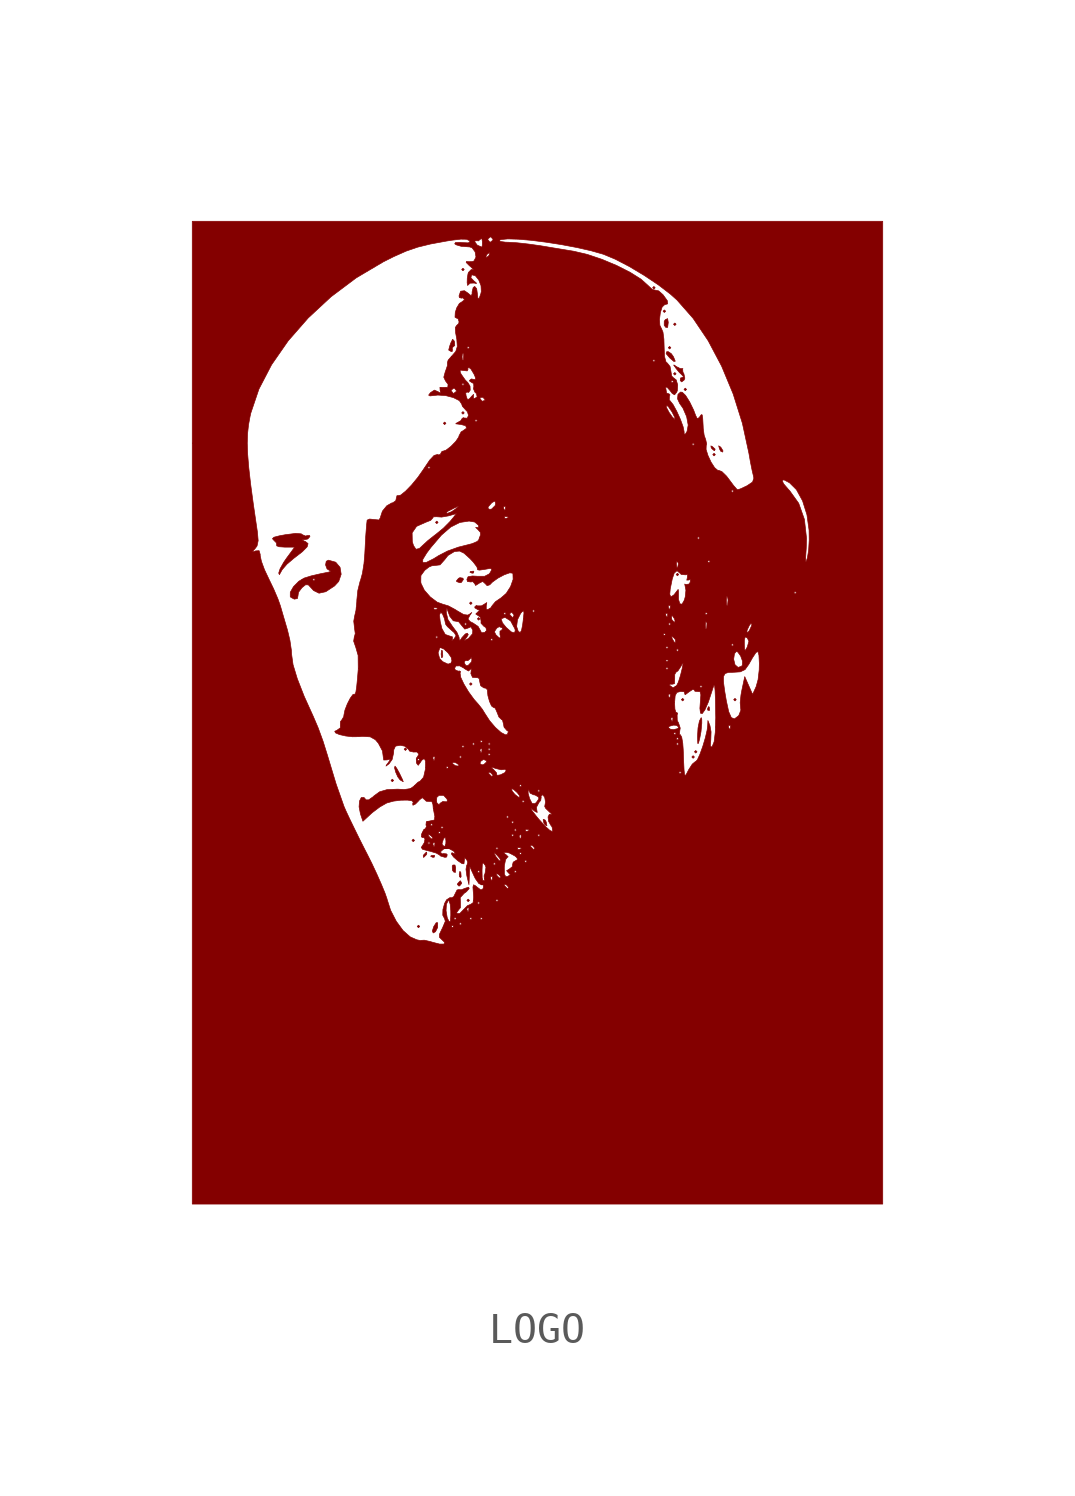
<source format=kicad_sym>
(kicad_symbol_lib
  (version 20210619)
  (generator bitmap2component)
  (symbol "LOGO"
    (pin_names
      (offset 1.016))
    (property "Reference" "#G"
      (at 0 15.282 0)
      (effects (font (size 1.27 1.27)) hide))
    (symbol "LOGO_0_0"
      (polyline (pts (xy 11.213 15.917) (xy -11.213 15.917) (xy -11.213 8.712) (xy -9.426 8.712) (xy -9.416 9.024) (xy -9.385 9.307) (xy -9.334 9.584) (xy -9.311 9.687) (xy -9.047 10.468) (xy -8.636 11.258) (xy -8.097 12.034) (xy -7.447 12.777) (xy -6.704 13.466) (xy -5.887 14.079) (xy -5.012 14.597) (xy -4.667 14.77) (xy -4.266 14.948) (xy -3.89 15.077) (xy -3.474 15.179) (xy -2.953 15.275) (xy -2.796 15.3) (xy -2.489 15.337) (xy -2.304 15.333) (xy -2.213 15.288) (xy -2.193 15.252) (xy -2.193 15.252) (xy -2.039 15.252) (xy -2.034 15.277) (xy -1.961 15.287) (xy -1.924 15.277) (xy -1.84 15.345) (xy -1.81 15.368) (xy -1.802 15.325) (xy -1.614 15.325) (xy -1.612 15.345) (xy -1.529 15.409) (xy -1.509 15.407) (xy -1.444 15.325) (xy -1.447 15.304) (xy -1.459 15.295) (xy -1.248 15.295) (xy -1.184 15.324) (xy -0.962 15.345) (xy -0.624 15.335) (xy -0.2 15.298) (xy 0.28 15.237) (xy 0.784 15.158) (xy 1.282 15.064) (xy 1.743 14.959) (xy 2.136 14.847) (xy 2.148 14.843) (xy 2.524 14.686) (xy 2.979 14.449) (xy 3.463 14.16) (xy 3.928 13.849) (xy 4.324 13.545) (xy 4.533 13.357) (xy 5.055 12.763) (xy 5.542 12.039) (xy 5.98 11.211) (xy 6.355 10.308) (xy 6.655 9.355) (xy 6.866 8.382) (xy 6.914 8.107) (xy 6.97 7.826) (xy 7.012 7.648) (xy 7.027 7.574) (xy 7.003 7.503) (xy 7.942 7.503) (xy 8.006 7.519) (xy 8.185 7.424) (xy 8.41 7.2) (xy 8.609 6.837) (xy 8.751 6.385) (xy 8.82 5.884) (xy 8.825 5.568) (xy 8.806 5.235) (xy 8.767 4.995) (xy 8.73 4.878) (xy 8.709 4.871) (xy 8.709 5.006) (xy 8.728 5.296) (xy 8.738 5.618) (xy 8.669 6.235) (xy 8.483 6.759) (xy 8.188 7.17) (xy 8.158 7.2) (xy 7.993 7.392) (xy 7.942 7.503) (xy 7.003 7.503) (xy 6.984 7.448) (xy 6.809 7.33) (xy 6.785 7.318) (xy 6.603 7.232) (xy 6.502 7.197) (xy 6.473 7.216) (xy 6.367 7.337) (xy 6.222 7.532) (xy 6.139 7.641) (xy 5.987 7.789) (xy 5.878 7.83) (xy 5.854 7.829) (xy 5.753 7.915) (xy 5.638 8.093) (xy 5.537 8.309) (xy 5.475 8.508) (xy 5.48 8.637) (xy 5.495 8.682) (xy 5.463 8.826) (xy 5.413 8.967) (xy 5.383 9.186) (xy 5.38 9.263) (xy 5.366 9.513) (xy 5.349 9.629) (xy 5.32 9.638) (xy 5.27 9.57) (xy 5.254 9.546) (xy 5.191 9.502) (xy 5.136 9.612) (xy 5.071 9.785) (xy 4.942 10.05) (xy 4.81 10.261) (xy 4.704 10.364) (xy 4.644 10.371) (xy 4.562 10.295) (xy 4.548 10.15) (xy 4.617 10) (xy 4.724 9.848) (xy 4.844 9.571) (xy 4.894 9.298) (xy 4.857 9.094) (xy 4.809 9.014) (xy 4.768 8.981) (xy 4.76 9.096) (xy 4.729 9.245) (xy 4.641 9.486) (xy 4.522 9.747) (xy 4.402 9.967) (xy 4.306 10.087) (xy 4.279 10.117) (xy 4.285 10.237) (xy 4.305 10.278) (xy 4.275 10.31) (xy 4.193 10.338) (xy 4.163 10.518) (xy 4.163 10.521) (xy 4.205 10.531) (xy 4.302 10.422) (xy 4.376 10.325) (xy 4.452 10.281) (xy 4.52 10.363) (xy 4.543 10.421) (xy 4.554 10.602) (xy 4.505 10.766) (xy 4.412 10.837) (xy 4.359 10.891) (xy 4.332 11.052) (xy 4.305 11.201) (xy 4.219 11.31) (xy 4.173 11.35) (xy 4.124 11.53) (xy 4.112 11.861) (xy 4.105 12.091) (xy 4.075 12.318) (xy 4.028 12.428) (xy 3.974 12.538) (xy 3.963 12.735) (xy 3.991 12.955) (xy 4.049 13.134) (xy 4.129 13.208) (xy 4.226 13.235) (xy 4.217 13.337) (xy 4.077 13.532) (xy 4.075 13.534) (xy 3.936 13.657) (xy 3.832 13.679) (xy 3.73 13.702) (xy 3.596 13.826) (xy 3.593 13.83) (xy 3.364 14.036) (xy 3.01 14.259) (xy 2.574 14.48) (xy 2.095 14.681) (xy 1.615 14.842) (xy 1.174 14.945) (xy 1.132 14.952) (xy 0.882 14.993) (xy 0.541 15.049) (xy 0.17 15.111) (xy 0.09 15.124) (xy -0.301 15.179) (xy -0.663 15.219) (xy -0.927 15.235) (xy -1.04 15.239) (xy -1.207 15.261) (xy -1.248 15.295) (xy -1.459 15.295) (xy -1.529 15.24) (xy -1.549 15.242) (xy -1.614 15.325) (xy -1.802 15.325) (xy -1.791 15.261) (xy -1.791 15.144) (xy -1.805 15.077) (xy -1.956 15.142) (xy -2.039 15.252) (xy -2.193 15.252) (xy -2.247 15.216) (xy -2.446 15.225) (xy -2.51 15.231) (xy -2.665 15.226) (xy -2.689 15.187) (xy -2.643 15.153) (xy -2.477 15.104) (xy -2.413 15.1) (xy -2.197 15.083) (xy -2.124 15.055) (xy -2.026 14.923) (xy -1.998 14.755) (xy -2.007 14.738) (xy -1.678 14.738) (xy -1.657 14.817) (xy -1.639 14.842) (xy -1.562 14.901) (xy -1.55 14.896) (xy -1.571 14.817) (xy -1.589 14.792) (xy -1.667 14.732) (xy -1.678 14.738) (xy -2.007 14.738) (xy -2.063 14.63) (xy -2.119 14.606) (xy -2.294 14.607) (xy -2.31 14.611) (xy -2.316 14.578) (xy -2.209 14.472) (xy -2.18 14.448) (xy -2.082 14.355) (xy -2.094 14.343) (xy -2.152 14.349) (xy -2.242 14.259) (xy -2.257 14.213) (xy -2.281 14.065) (xy -2.285 13.92) (xy -2.271 13.833) (xy -2.239 13.859) (xy -2.195 13.906) (xy -2.054 13.912) (xy -2.014 13.899) (xy -1.975 13.903) (xy -2.073 13.988) (xy -2.164 14.084) (xy -2.14 14.171) (xy -2.13 14.177) (xy -2.019 14.149) (xy -1.91 14.015) (xy -1.835 13.826) (xy -1.825 13.637) (xy -1.84 13.567) (xy -1.893 13.417) (xy -1.936 13.418) (xy -1.954 13.575) (xy -1.976 13.728) (xy -2.039 13.801) (xy -2.089 13.766) (xy -2.124 13.625) (xy -2.125 13.555) (xy -2.156 13.499) (xy -2.258 13.584) (xy -2.371 13.662) (xy -2.497 13.646) (xy -2.549 13.494) (xy -2.537 13.438) (xy -2.463 13.42) (xy -2.431 13.433) (xy -2.379 13.382) (xy -2.382 13.358) (xy -2.466 13.293) (xy -2.537 13.249) (xy -2.625 13.102) (xy -2.671 12.954) (xy -2.679 12.8) (xy -2.612 12.764) (xy -2.582 12.758) (xy -2.549 12.658) (xy -2.557 12.599) (xy -2.628 12.531) (xy -2.67 12.465) (xy -2.66 12.298) (xy -2.62 12.081) (xy -2.605 11.849) (xy -2.617 11.811) (xy -2.294 11.811) (xy -2.251 11.853) (xy -2.209 11.811) (xy -2.251 11.769) (xy -2.294 11.811) (xy -2.617 11.811) (xy -2.654 11.691) (xy -2.774 11.552) (xy -2.784 11.543) (xy -2.809 11.515) (xy -2.45 11.515) (xy -2.438 11.631) (xy -2.407 11.62) (xy -2.396 11.582) (xy -2.407 11.409) (xy -2.437 11.395) (xy -2.45 11.515) (xy -2.809 11.515) (xy -2.902 11.407) (xy -2.908 11.388) (xy 3.738 11.388) (xy 3.78 11.43) (xy 3.823 11.388) (xy 3.78 11.345) (xy 3.738 11.388) (xy -2.908 11.388) (xy -2.926 11.327) (xy -2.925 11.232) (xy -2.975 11.085) (xy -2.513 11.085) (xy -2.388 11.069) (xy -2.284 11.057) (xy -2.256 11.099) (xy -2.268 11.124) (xy -2.235 11.175) (xy -2.16 11.115) (xy -2.064 10.956) (xy -2.023 10.862) (xy -2.009 10.775) (xy -2.086 10.785) (xy -2.147 10.797) (xy -2.209 10.75) (xy -2.204 10.726) (xy -2.181 10.71) (xy 4.332 10.71) (xy 4.375 10.753) (xy 4.417 10.71) (xy 4.375 10.668) (xy 4.332 10.71) (xy -2.181 10.71) (xy -2.115 10.668) (xy -2.074 10.651) (xy -2.068 10.544) (xy -2.081 10.479) (xy -2.035 10.369) (xy -1.983 10.321) (xy -1.961 10.214) (xy -2.036 10.165) (xy -1.869 10.165) (xy -1.862 10.196) (xy -1.784 10.202) (xy -1.758 10.185) (xy -1.699 10.113) (xy -1.701 10.104) (xy -1.784 10.075) (xy -1.807 10.079) (xy -1.869 10.165) (xy -2.036 10.165) (xy -2.044 10.16) (xy -2.079 10.172) (xy -2.08 10.266) (xy -2.076 10.298) (xy -2.15 10.222) (xy -2.21 10.152) (xy -2.274 10.124) (xy -2.318 10.243) (xy -2.331 10.34) (xy -2.295 10.372) (xy -2.236 10.36) (xy -2.185 10.433) (xy -2.191 10.561) (xy -2.261 10.676) (xy -2.345 10.761) (xy -2.478 10.949) (xy -2.508 11.008) (xy -2.513 11.085) (xy -2.975 11.085) (xy -2.985 11.058) (xy -2.994 11.036) (xy -3.044 10.853) (xy -2.988 10.733) (xy -2.908 10.626) (xy -2.463 10.626) (xy -2.421 10.668) (xy -2.379 10.626) (xy -2.421 10.583) (xy -2.463 10.626) (xy -2.908 10.626) (xy -2.904 10.62) (xy -2.914 10.526) (xy -3.052 10.522) (xy -3.169 10.525) (xy -3.163 10.426) (xy -3.16 10.415) (xy -3.159 10.414) (xy -2.803 10.414) (xy -2.801 10.434) (xy -2.718 10.499) (xy -2.698 10.496) (xy -2.633 10.414) (xy -2.636 10.394) (xy -2.718 10.329) (xy -2.739 10.332) (xy -2.803 10.414) (xy -3.159 10.414) (xy -3.147 10.333) (xy -3.233 10.384) (xy -3.348 10.434) (xy -3.476 10.351) (xy -3.536 10.271) (xy -3.491 10.245) (xy -3.306 10.265) (xy -3.239 10.273) (xy -2.982 10.256) (xy -2.73 10.19) (xy -2.539 10.093) (xy -2.463 9.983) (xy -2.452 9.948) (xy 4.177 9.948) (xy 4.183 9.951) (xy 4.255 9.891) (xy 4.363 9.734) (xy 4.382 9.701) (xy 4.459 9.546) (xy 4.467 9.483) (xy 4.458 9.485) (xy 4.375 9.564) (xy 4.272 9.712) (xy 4.192 9.863) (xy 4.177 9.948) (xy -2.452 9.948) (xy -2.439 9.909) (xy -2.323 9.78) (xy -2.276 9.732) (xy -2.241 9.612) (xy -2.283 9.522) (xy -2.384 9.529) (xy -2.412 9.54) (xy -2.463 9.494) (xy -2.486 9.444) (xy -2.493 9.44) (xy -2.039 9.44) (xy -1.996 9.483) (xy -1.954 9.44) (xy -1.996 9.398) (xy -2.039 9.44) (xy -2.493 9.44) (xy -2.612 9.372) (xy -2.624 9.368) (xy -2.656 9.34) (xy -2.527 9.323) (xy -2.505 9.322) (xy -2.335 9.278) (xy -2.302 9.198) (xy -2.421 9.113) (xy -2.48 9.078) (xy -2.549 8.95) (xy -2.559 8.908) (xy -2.656 8.766) (xy -2.741 8.678) (xy 5.012 8.678) (xy 5.054 8.721) (xy 5.097 8.678) (xy 5.054 8.636) (xy 5.012 8.678) (xy -2.741 8.678) (xy -2.81 8.608) (xy -2.969 8.485) (xy -3.079 8.447) (xy -3.098 8.449) (xy -3.143 8.377) (xy -3.147 8.35) (xy -3.211 8.329) (xy -3.247 8.344) (xy -3.358 8.313) (xy -3.501 8.162) (xy -3.666 7.916) (xy -3.568 7.916) (xy -3.525 7.959) (xy -3.483 7.916) (xy -3.525 7.874) (xy -3.568 7.916) (xy -3.666 7.916) (xy -3.695 7.874) (xy -3.701 7.863) (xy -3.886 7.6) (xy -4.091 7.351) (xy -4.282 7.154) (xy 6.286 7.154) (xy 6.329 7.197) (xy 6.371 7.154) (xy 6.329 7.112) (xy 6.286 7.154) (xy -4.282 7.154) (xy -4.288 7.149) (xy -4.446 7.023) (xy -4.535 7.004) (xy -4.563 7.009) (xy -4.587 6.915) (xy -4.603 6.842) (xy -4.702 6.773) (xy -4.732 6.77) (xy -4.895 6.677) (xy -5.036 6.504) (xy -5.056 6.446) (xy -2.972 6.446) (xy -2.917 6.496) (xy -2.718 6.597) (xy -2.595 6.654) (xy -2.567 6.654) (xy -2.635 6.596) (xy -1.614 6.596) (xy -1.593 6.652) (xy -1.487 6.773) (xy -1.477 6.781) (xy -1.382 6.833) (xy -1.359 6.75) (xy -1.374 6.686) (xy -1.456 6.604) (xy -1.104 6.604) (xy -1.098 6.649) (xy -1.048 6.66) (xy -1.038 6.648) (xy -1.048 6.548) (xy -1.073 6.534) (xy -1.104 6.604) (xy -1.456 6.604) (xy -1.487 6.573) (xy -1.551 6.559) (xy -1.614 6.596) (xy -2.635 6.596) (xy -2.671 6.566) (xy -2.794 6.483) (xy -2.919 6.435) (xy -2.972 6.446) (xy -5.056 6.446) (xy -5.097 6.321) (xy -5.098 6.299) (xy -5.149 6.216) (xy -5.309 6.231) (xy -5.454 6.247) (xy -5.533 6.211) (xy -5.55 6.063) (xy -5.571 5.798) (xy -4.072 5.798) (xy -3.927 6.009) (xy -3.631 6.141) (xy -3.47 6.204) (xy -3.398 6.284) (xy -3.382 6.319) (xy -3.275 6.321) (xy -3.113 6.31) (xy -2.891 6.349) (xy -2.629 6.424) (xy -2.713 6.322) (xy -1.076 6.322) (xy -1.064 6.332) (xy -0.963 6.322) (xy -0.949 6.296) (xy -1.019 6.265) (xy -1.064 6.271) (xy -1.076 6.322) (xy -2.713 6.322) (xy -2.822 6.189) (xy -2.843 6.165) (xy -3.058 5.948) (xy -3.3 5.75) (xy -3.345 5.717) (xy -3.563 5.544) (xy -3.722 5.397) (xy -3.837 5.29) (xy -3.947 5.265) (xy -4.026 5.383) (xy -4.066 5.51) (xy -4.072 5.798) (xy -5.571 5.798) (xy -5.58 5.677) (xy -5.609 5.122) (xy -5.633 4.832) (xy -3.728 4.832) (xy -3.726 4.934) (xy -3.598 5.144) (xy -3.465 5.321) (xy -3.123 5.722) (xy -2.817 5.987) (xy -2.523 6.135) (xy -2.222 6.181) (xy -2.041 6.15) (xy -1.921 6.049) (xy -1.906 5.974) (xy -1.976 5.971) (xy -2.009 5.976) (xy -1.934 5.903) (xy -1.855 5.814) (xy -1.849 5.721) (xy -1.86 5.708) (xy -1.888 5.63) (xy 5.182 5.63) (xy 5.224 5.673) (xy 5.267 5.63) (xy 5.224 5.588) (xy 5.182 5.63) (xy -1.888 5.63) (xy -1.911 5.566) (xy -1.958 5.518) (xy -2.132 5.445) (xy -2.391 5.379) (xy -2.57 5.334) (xy -2.925 5.206) (xy -3.217 5.055) (xy -3.372 4.958) (xy -3.607 4.84) (xy -3.728 4.832) (xy -5.633 4.832) (xy -5.635 4.806) (xy -5.686 4.484) (xy -5.748 4.257) (xy -5.765 4.214) (xy -5.769 4.197) (xy -3.79 4.197) (xy -3.787 4.41) (xy -3.664 4.58) (xy -3.526 4.688) (xy -3.422 4.732) (xy -3.407 4.73) (xy -3.166 4.758) (xy -3.015 4.926) (xy -2.908 5.063) (xy -2.709 5.184) (xy -2.681 5.192) (xy -2.532 5.207) (xy -2.386 5.137) (xy -2.189 4.959) (xy -2.087 4.85) (xy -2.042 4.791) (xy 4.509 4.791) (xy 4.523 4.874) (xy 4.529 4.868) (xy 5.522 4.868) (xy 5.564 4.911) (xy 5.607 4.868) (xy 5.564 4.826) (xy 5.522 4.868) (xy 4.529 4.868) (xy 4.56 4.842) (xy 4.574 4.793) (xy 4.554 4.68) (xy 4.525 4.681) (xy 4.509 4.791) (xy -2.042 4.791) (xy -1.968 4.693) (xy -1.944 4.607) (xy -1.948 4.6) (xy -1.887 4.587) (xy -1.714 4.612) (xy -1.532 4.644) (xy -1.481 4.617) (xy -1.531 4.515) (xy -1.571 4.463) (xy -1.714 4.389) (xy -1.962 4.389) (xy -2.112 4.398) (xy -2.255 4.373) (xy -2.294 4.287) (xy -2.275 4.217) (xy -2.166 4.203) (xy -2.1 4.213) (xy -2.039 4.147) (xy -2.011 4.089) (xy -1.905 4.154) (xy -1.896 4.162) (xy -1.779 4.221) (xy -1.692 4.143) (xy -1.637 4.083) (xy -1.55 4.111) (xy -1.467 4.197) (xy -1.286 4.327) (xy -1.079 4.437) (xy -0.902 4.5) (xy -0.808 4.489) (xy -0.798 4.47) (xy -0.792 4.287) (xy -0.874 4.054) (xy -1.015 3.833) (xy -1.058 3.795) (xy 4.295 3.795) (xy 4.311 3.977) (xy 4.376 4.297) (xy 4.44 4.49) (xy 4.531 4.569) (xy 4.633 4.482) (xy 4.668 4.447) (xy 4.804 4.435) (xy 4.871 4.441) (xy 4.866 4.342) (xy 4.848 4.263) (xy 4.912 4.266) (xy 4.966 4.283) (xy 4.96 4.196) (xy 4.92 4.136) (xy 4.82 4.12) (xy 4.781 4.136) (xy 4.793 4.075) (xy 4.82 3.935) (xy 4.812 3.852) (xy 8.325 3.852) (xy 8.368 3.895) (xy 8.41 3.852) (xy 8.368 3.81) (xy 8.325 3.852) (xy 4.812 3.852) (xy 4.799 3.723) (xy 4.769 3.613) (xy 4.761 3.598) (xy 6.133 3.598) (xy 6.133 3.625) (xy 6.148 3.737) (xy 6.175 3.703) (xy 6.189 3.617) (xy 6.172 3.449) (xy 6.169 3.441) (xy 6.142 3.454) (xy 6.133 3.598) (xy 4.761 3.598) (xy 4.694 3.482) (xy 4.624 3.495) (xy 4.579 3.638) (xy 4.579 3.895) (xy 4.58 3.9) (xy 4.568 3.962) (xy 4.5 3.873) (xy 4.436 3.789) (xy 4.342 3.725) (xy 4.329 3.727) (xy 4.295 3.795) (xy -1.058 3.795) (xy -1.186 3.685) (xy -1.366 3.562) (xy -1.474 3.432) (xy -1.5 3.387) (xy 4.247 3.387) (xy 4.254 3.432) (xy 4.304 3.443) (xy 4.314 3.431) (xy 4.304 3.33) (xy 4.279 3.317) (xy 4.247 3.387) (xy -1.5 3.387) (xy -1.509 3.37) (xy -1.62 3.302) (xy -1.665 3.324) (xy -1.664 3.441) (xy -1.656 3.462) (xy -1.647 3.534) (xy -1.736 3.476) (xy -1.819 3.428) (xy -1.95 3.427) (xy -1.986 3.441) (xy -2.039 3.392) (xy -2.031 3.359) (xy -1.933 3.301) (xy -1.875 3.288) (xy -1.94 3.228) (xy -1.992 3.175) (xy -1.104 3.175) (xy -1.062 3.217) (xy -1.019 3.175) (xy -1.029 3.166) (xy -0.905 3.166) (xy -0.855 3.217) (xy -0.83 3.214) (xy -0.764 3.133) (xy -0.765 3.114) (xy -0.802 3.048) (xy -0.816 3.052) (xy -0.892 3.133) (xy -0.905 3.166) (xy -1.029 3.166) (xy -1.062 3.133) (xy -1.104 3.175) (xy -1.992 3.175) (xy -2.005 3.162) (xy -1.92 3.105) (xy -1.858 3.062) (xy -1.847 3.006) (xy -1.179 3.006) (xy -1.072 3.048) (xy -1.041 3.045) (xy -0.873 2.938) (xy -0.775 2.756) (xy -0.678 2.756) (xy -0.65 2.977) (xy -0.549 3.18) (xy -0.506 3.231) (xy -0.451 3.272) (xy -0.449 3.26) (xy -0.17 3.26) (xy -0.127 3.302) (xy -0.085 3.26) (xy -0.127 3.217) (xy -0.17 3.26) (xy -0.449 3.26) (xy -0.44 3.193) (xy -0.446 3.133) (xy 4.163 3.133) (xy 4.169 3.178) (xy 4.219 3.189) (xy 4.229 3.177) (xy 4.229 3.175) (xy 5.437 3.175) (xy 5.479 3.217) (xy 5.522 3.175) (xy 5.479 3.133) (xy 5.437 3.175) (xy 4.229 3.175) (xy 4.219 3.076) (xy 4.194 3.063) (xy 4.163 3.133) (xy -0.446 3.133) (xy -0.46 3.003) (xy 4.354 3.003) (xy 4.356 3.1) (xy 4.384 3.102) (xy 4.447 3.009) (xy 4.467 2.943) (xy 4.452 2.881) (xy 4.372 2.969) (xy 4.354 3.003) (xy -0.46 3.003) (xy -0.463 2.971) (xy -0.48 2.836) (xy 4.247 2.836) (xy 4.29 2.879) (xy 4.332 2.836) (xy 4.29 2.794) (xy 5.45 2.794) (xy 5.462 2.91) (xy 5.493 2.9) (xy 5.504 2.861) (xy 5.493 2.688) (xy 5.464 2.674) (xy 5.45 2.794) (xy 4.29 2.794) (xy 4.247 2.836) (xy -0.48 2.836) (xy -0.483 2.814) (xy -0.52 2.625) (xy -0.549 2.582) (xy 6.799 2.582) (xy 6.809 2.64) (xy 6.881 2.794) (xy 6.928 2.852) (xy 6.963 2.836) (xy 6.953 2.779) (xy 6.881 2.625) (xy 6.834 2.567) (xy 6.799 2.582) (xy -0.549 2.582) (xy -0.562 2.562) (xy -0.623 2.596) (xy -0.624 2.598) (xy -0.678 2.756) (xy -0.775 2.756) (xy -0.738 2.688) (xy -0.723 2.635) (xy -0.744 2.549) (xy -0.85 2.58) (xy -1.016 2.725) (xy -1.14 2.877) (xy -1.179 3.006) (xy -1.847 3.006) (xy -1.833 2.935) (xy -1.836 2.864) (xy -1.741 2.763) (xy -1.675 2.721) (xy -1.656 2.625) (xy -1.692 2.586) (xy -1.4 2.586) (xy -1.325 2.702) (xy -1.245 2.751) (xy -1.149 2.713) (xy -1.135 2.677) (xy -1.182 2.625) (xy -1.219 2.607) (xy -1.22 2.498) (xy 4.078 2.498) (xy 4.12 2.54) (xy 4.163 2.498) (xy 4.12 2.455) (xy 4.078 2.498) (xy -1.22 2.498) (xy -1.207 2.447) (xy 4.356 2.447) (xy 4.428 2.393) (xy 4.476 2.331) (xy 4.486 2.241) (xy 4.448 2.242) (xy 4.38 2.346) (xy 4.374 2.362) (xy 4.356 2.447) (xy -1.207 2.447) (xy -1.197 2.409) (xy -1.236 2.381) (xy -1.35 2.486) (xy -1.4 2.586) (xy -1.692 2.586) (xy -1.709 2.567) (xy -1.816 2.551) (xy -1.869 2.653) (xy -1.929 2.759) (xy -2.09 2.867) (xy -2.191 2.918) (xy -2.258 2.999) (xy -2.2 3.114) (xy -2.173 3.15) (xy -2.133 3.214) (xy -2.2 3.162) (xy -2.261 3.127) (xy -2.397 3.144) (xy -2.611 3.268) (xy -2.682 3.313) (xy -2.893 3.426) (xy -3.041 3.471) (xy -3.051 3.472) (xy -3.256 3.546) (xy -3.483 3.717) (xy -3.676 3.937) (xy -3.782 4.155) (xy -3.79 4.197) (xy -5.769 4.197) (xy -5.836 3.927) (xy -5.867 3.622) (xy -5.87 3.548) (xy -5.889 3.358) (xy -3.37 3.358) (xy -3.357 3.369) (xy -3.256 3.358) (xy -3.243 3.333) (xy -3.313 3.302) (xy -3.358 3.308) (xy -3.37 3.358) (xy -5.889 3.358) (xy -5.896 3.282) (xy -5.928 3.142) (xy -3.183 3.142) (xy -3.139 3.217) (xy -3.13 3.208) (xy -2.963 3.208) (xy -2.959 3.286) (xy -2.943 3.351) (xy -2.912 3.26) (xy -2.845 3.082) (xy -2.735 2.942) (xy -2.628 2.924) (xy -2.56 2.911) (xy -2.499 2.836) (xy -2.379 2.836) (xy -2.336 2.879) (xy -2.294 2.836) (xy -2.336 2.794) (xy -2.379 2.836) (xy -2.499 2.836) (xy -2.462 2.791) (xy -2.46 2.788) (xy -2.362 2.672) (xy -2.256 2.706) (xy -2.163 2.745) (xy -2.103 2.64) (xy -2.107 2.524) (xy -2.241 2.37) (xy -2.311 2.328) (xy -1.529 2.328) (xy -1.487 2.371) (xy -1.444 2.328) (xy -1.487 2.286) (xy -1.529 2.328) (xy -2.311 2.328) (xy -2.328 2.318) (xy -2.375 2.306) (xy -2.304 2.399) (xy -2.248 2.49) (xy -2.279 2.54) (xy -2.345 2.514) (xy -2.457 2.392) (xy -2.487 2.341) (xy -2.535 2.291) (xy -2.546 2.388) (xy -2.547 2.405) (xy -2.618 2.57) (xy -2.761 2.76) (xy -2.908 2.98) (xy -2.963 3.208) (xy -3.13 3.208) (xy -3.086 3.165) (xy -3.022 3.011) (xy -2.984 2.83) (xy -2.926 2.753) (xy -2.786 2.626) (xy -2.702 2.553) (xy -2.645 2.452) (xy -2.71 2.356) (xy -2.785 2.295) (xy -2.768 2.349) (xy -2.759 2.418) (xy -2.874 2.455) (xy -2.996 2.498) (xy -3.104 2.688) (xy -3.161 2.926) (xy -3.183 3.142) (xy -5.928 3.142) (xy -5.94 3.09) (xy -5.968 2.929) (xy -5.942 2.697) (xy -5.919 2.527) (xy -5.949 2.413) (xy -3.313 2.413) (xy -3.271 2.455) (xy -3.228 2.413) (xy -3.271 2.371) (xy -3.313 2.413) (xy -5.949 2.413) (xy -5.953 2.398) (xy -5.971 2.281) (xy -5.929 2.159) (xy 6.286 2.159) (xy 6.329 2.201) (xy 6.333 2.197) (xy 6.717 2.197) (xy 6.718 2.312) (xy 6.744 2.419) (xy 6.81 2.39) (xy 6.866 2.281) (xy 6.816 2.098) (xy 6.809 2.084) (xy 6.75 1.98) (xy 6.725 2.012) (xy 6.717 2.197) (xy 6.333 2.197) (xy 6.371 2.159) (xy 6.329 2.117) (xy 6.286 2.159) (xy -5.929 2.159) (xy -5.905 2.09) (xy -5.9 2.074) (xy 4.163 2.074) (xy 4.205 2.117) (xy 4.247 2.074) (xy 4.205 2.032) (xy 4.163 2.074) (xy -5.9 2.074) (xy -5.85 1.901) (xy -3.229 1.901) (xy -3.174 2.058) (xy -3.146 2.07) (xy -3.034 2.021) (xy -3.001 1.99) (xy 4.502 1.99) (xy 4.545 2.032) (xy 4.587 1.99) (xy 4.545 1.947) (xy 4.502 1.99) (xy -3.001 1.99) (xy -2.903 1.897) (xy -2.802 1.751) (xy -2.779 1.634) (xy -2.81 1.574) (xy -2.379 1.574) (xy -2.368 1.633) (xy -2.301 1.655) (xy -2.264 1.645) (xy -2.18 1.714) (xy -2.152 1.757) (xy -2.135 1.696) (xy 6.371 1.696) (xy 6.397 1.874) (xy 6.459 1.947) (xy 6.506 1.926) (xy 6.597 1.8) (xy 6.658 1.632) (xy 6.654 1.503) (xy 6.626 1.466) (xy 6.515 1.428) (xy 6.415 1.514) (xy 6.371 1.693) (xy 6.371 1.696) (xy -2.135 1.696) (xy -2.13 1.681) (xy -2.135 1.651) (xy 4.163 1.651) (xy 4.205 1.693) (xy 4.247 1.651) (xy 4.205 1.609) (xy 4.163 1.651) (xy -2.135 1.651) (xy -2.143 1.609) (xy -2.251 1.493) (xy -2.324 1.484) (xy -2.379 1.574) (xy -2.81 1.574) (xy -2.815 1.565) (xy -2.906 1.535) (xy -3.079 1.615) (xy -3.179 1.718) (xy -3.229 1.901) (xy -5.85 1.901) (xy -5.826 1.818) (xy -5.822 1.403) (xy -2.693 1.403) (xy -2.648 1.475) (xy -2.525 1.478) (xy -2.382 1.4) (xy -2.378 1.397) (xy 4.163 1.397) (xy 4.205 1.439) (xy 4.247 1.397) (xy 4.205 1.355) (xy 4.163 1.397) (xy -2.378 1.397) (xy -2.357 1.378) (xy -2.241 1.31) (xy -2.174 1.371) (xy -2.148 1.396) (xy -2.157 1.291) (xy -2.165 1.227) (xy -2.111 1.104) (xy -1.933 1.091) (xy -1.895 1.064) (xy -1.869 0.931) (xy -1.857 0.883) (xy 4.281 0.883) (xy 4.359 0.883) (xy 4.367 0.88) (xy 4.449 0.899) (xy 4.456 1.054) (xy 4.457 1.198) (xy 4.497 1.27) (xy 4.562 1.316) (xy 4.657 1.46) (xy 4.714 1.567) (xy 4.73 1.559) (xy 4.7 1.397) (xy 4.647 1.181) (xy 4.577 0.953) (xy 6.04 0.953) (xy 6.042 1.135) (xy 6.093 1.229) (xy 6.202 1.265) (xy 6.375 1.27) (xy 6.587 1.284) (xy 6.741 1.357) (xy 6.864 1.53) (xy 6.981 1.738) (xy 7.097 1.914) (xy 7.162 1.941) (xy 7.192 1.822) (xy 7.205 1.556) (xy 7.2 1.345) (xy 7.164 1.032) (xy 7.101 0.804) (xy 6.986 0.55) (xy 6.731 1.129) (xy 6.638 0.695) (xy 6.608 0.532) (xy 6.583 0.283) (xy 6.595 0.129) (xy 6.605 0.04) (xy 6.54 -0.128) (xy 6.523 -0.148) (xy 6.396 -0.244) (xy 6.294 -0.202) (xy 6.21 -0.01) (xy 6.134 0.34) (xy 6.08 0.655) (xy 6.04 0.953) (xy 4.577 0.953) (xy 4.577 0.953) (xy 4.519 0.839) (xy 4.465 0.804) (xy 5.267 0.804) (xy 5.309 0.847) (xy 5.352 0.804) (xy 5.309 0.762) (xy 5.267 0.804) (xy 4.465 0.804) (xy 4.403 0.765) (xy 4.291 0.846) (xy 4.281 0.883) (xy -1.857 0.883) (xy -1.845 0.833) (xy -1.741 0.762) (xy -1.683 0.755) (xy -1.625 0.699) (xy -1.628 0.673) (xy -1.611 0.51) (xy -1.61 0.508) (xy 4.247 0.508) (xy 4.254 0.553) (xy 4.304 0.565) (xy 4.314 0.552) (xy 4.304 0.452) (xy 4.279 0.438) (xy 4.247 0.508) (xy -1.61 0.508) (xy -1.559 0.323) (xy -1.539 0.279) (xy 4.452 0.279) (xy 4.453 0.283) (xy 4.471 0.51) (xy 4.528 0.616) (xy 4.651 0.647) (xy 4.767 0.636) (xy 4.785 0.562) (xy 4.782 0.557) (xy 4.801 0.543) (xy 4.912 0.627) (xy 4.917 0.631) (xy 5.044 0.714) (xy 5.097 0.693) (xy 5.112 0.653) (xy 5.215 0.643) (xy 5.28 0.641) (xy 5.305 0.539) (xy 5.288 0.302) (xy 5.274 0.101) (xy 5.293 -0.059) (xy 5.351 -0.072) (xy 5.439 0.052) (xy 5.55 0.305) (xy 5.672 0.677) (xy 5.691 0.74) (xy 5.729 0.843) (xy 5.753 0.829) (xy 5.767 0.681) (xy 5.779 0.381) (xy 5.789 -0.211) (xy 5.779 -0.508) (xy 6.201 -0.508) (xy 6.207 -0.463) (xy 6.258 -0.452) (xy 6.268 -0.464) (xy 6.258 -0.564) (xy 6.232 -0.578) (xy 6.201 -0.508) (xy 5.779 -0.508) (xy 5.774 -0.676) (xy 5.736 -0.989) (xy 5.673 -1.143) (xy 5.654 -1.158) (xy 5.614 -1.122) (xy 5.628 -0.931) (xy 5.629 -0.918) (xy 5.637 -0.665) (xy 5.602 -0.466) (xy 5.534 -0.296) (xy 5.527 -0.466) (xy 5.509 -0.607) (xy 5.451 -0.858) (xy 5.369 -1.133) (xy 5.278 -1.386) (xy 5.194 -1.569) (xy 5.134 -1.634) (xy 5.122 -1.634) (xy 5.026 -1.714) (xy 4.914 -1.888) (xy 4.903 -1.908) (xy 4.842 -2.028) (xy 4.801 -2.084) (xy 4.777 -2.055) (xy 4.761 -1.92) (xy 4.748 -1.658) (xy 4.733 -1.249) (xy 4.718 -1.038) (xy 4.684 -0.839) (xy 4.642 -0.762) (xy 4.611 -0.74) (xy 4.622 -0.624) (xy 4.636 -0.542) (xy 4.579 -0.371) (xy 4.539 -0.298) (xy 4.534 -0.124) (xy 4.551 -0.058) (xy 4.515 -0.034) (xy 4.496 -0.033) (xy 4.463 0.072) (xy 4.452 0.279) (xy -1.539 0.279) (xy -1.494 0.176) (xy -1.436 0.132) (xy -1.373 0.104) (xy -1.31 -0.039) (xy -1.254 -0.182) (xy -1.18 -0.254) (xy 4.332 -0.254) (xy 4.339 -0.209) (xy 4.389 -0.198) (xy 4.399 -0.21) (xy 4.389 -0.31) (xy 4.364 -0.324) (xy 4.332 -0.254) (xy -1.18 -0.254) (xy -1.137 -0.282) (xy -1.104 -0.416) (xy -1.087 -0.511) (xy -1.075 -0.526) (xy 4.247 -0.526) (xy 4.279 -0.485) (xy 4.417 -0.447) (xy 4.517 -0.454) (xy 4.587 -0.513) (xy 4.556 -0.559) (xy 4.417 -0.593) (xy 4.319 -0.58) (xy 4.247 -0.526) (xy -1.075 -0.526) (xy -0.998 -0.617) (xy -0.945 -0.653) (xy -0.969 -0.72) (xy 4.417 -0.72) (xy 4.46 -0.677) (xy 4.502 -0.72) (xy 4.46 -0.762) (xy 4.417 -0.72) (xy -0.969 -0.72) (xy -0.979 -0.75) (xy -1.038 -0.762) (xy -1.183 -0.686) (xy -1.366 -0.524) (xy -1.553 -0.306) (xy -1.709 -0.066) (xy -1.794 0.072) (xy -1.925 0.237) (xy -2.06 0.389) (xy -2.239 0.635) (xy -2.392 0.89) (xy -2.493 1.106) (xy -2.514 1.237) (xy -2.5 1.297) (xy -2.544 1.315) (xy -2.57 1.304) (xy -2.671 1.347) (xy -2.693 1.403) (xy -5.822 1.403) (xy -5.822 1.373) (xy -5.846 1.074) (xy -5.874 0.79) (xy -5.899 0.627) (xy -5.926 0.559) (xy -5.958 0.558) (xy -5.996 0.545) (xy -6.082 0.427) (xy -6.177 0.241) (xy -6.254 0.042) (xy -6.286 -0.114) (xy -6.294 -0.174) (xy -6.367 -0.294) (xy -6.399 -0.328) (xy -6.404 -0.461) (xy -6.403 -0.534) (xy -6.514 -0.614) (xy -6.586 -0.647) (xy -6.56 -0.699) (xy -6.43 -0.754) (xy -6.233 -0.799) (xy -6.006 -0.825) (xy -5.785 -0.821) (xy -5.689 -0.812) (xy -5.433 -0.827) (xy -5.321 -0.889) (xy 4.502 -0.889) (xy 4.545 -0.847) (xy 4.587 -0.889) (xy 4.545 -0.931) (xy 4.502 -0.889) (xy -5.321 -0.889) (xy -5.267 -0.919) (xy -5.22 -0.974) (xy -1.869 -0.974) (xy -1.826 -0.931) (xy -1.784 -0.974) (xy -1.826 -1.016) (xy -1.869 -0.974) (xy -5.22 -0.974) (xy -5.169 -1.033) (xy -5.156 -1.058) (xy -2.124 -1.058) (xy -2.081 -1.016) (xy -2.039 -1.058) (xy -1.614 -1.058) (xy -1.571 -1.016) (xy -1.529 -1.058) (xy 4.502 -1.058) (xy 4.545 -1.016) (xy 4.587 -1.058) (xy 4.545 -1.101) (xy 4.502 -1.058) (xy -1.529 -1.058) (xy -1.571 -1.101) (xy -1.614 -1.058) (xy -2.039 -1.058) (xy -2.081 -1.101) (xy -2.124 -1.058) (xy -5.156 -1.058) (xy -5.035 -1.285) (xy -5.005 -1.514) (xy -4.994 -1.581) (xy -4.879 -1.576) (xy -4.825 -1.557) (xy -4.778 -1.563) (xy -4.851 -1.67) (xy -4.901 -1.734) (xy -4.921 -1.777) (xy -4.821 -1.704) (xy -4.721 -1.563) (xy -4.672 -1.344) (xy -4.668 -1.249) (xy -4.613 -1.129) (xy -4.457 -1.101) (xy -4.306 -1.132) (xy -4.294 -1.143) (xy -2.463 -1.143) (xy -2.421 -1.101) (xy -2.379 -1.143) (xy -2.421 -1.185) (xy -2.463 -1.143) (xy -4.294 -1.143) (xy -4.191 -1.232) (xy -4.166 -1.27) (xy -1.869 -1.27) (xy -1.863 -1.225) (xy -1.812 -1.214) (xy -1.802 -1.226) (xy -1.802 -1.228) (xy -1.614 -1.228) (xy -1.571 -1.185) (xy -1.529 -1.228) (xy -1.571 -1.27) (xy -1.614 -1.228) (xy -1.802 -1.228) (xy -1.812 -1.326) (xy -1.838 -1.34) (xy -1.869 -1.27) (xy -4.166 -1.27) (xy -4.149 -1.294) (xy -4.027 -1.321) (xy -3.916 -1.319) (xy -3.852 -1.39) (xy -3.856 -1.397) (xy -1.614 -1.397) (xy -1.571 -1.355) (xy -1.529 -1.397) (xy -1.571 -1.439) (xy -1.614 -1.397) (xy -3.856 -1.397) (xy -3.903 -1.478) (xy -3.937 -1.522) (xy -3.936 -1.566) (xy -3.908 -1.566) (xy -3.865 -1.524) (xy -3.398 -1.524) (xy -3.392 -1.479) (xy -3.341 -1.468) (xy -3.331 -1.48) (xy -3.331 -1.482) (xy -2.549 -1.482) (xy -2.506 -1.439) (xy -2.463 -1.482) (xy -2.506 -1.524) (xy -2.549 -1.482) (xy -3.331 -1.482) (xy -3.341 -1.58) (xy -3.367 -1.594) (xy -3.398 -1.524) (xy -3.865 -1.524) (xy -3.823 -1.566) (xy -3.865 -1.609) (xy -3.908 -1.566) (xy -3.936 -1.566) (xy -3.934 -1.663) (xy -3.922 -1.692) (xy -3.874 -1.752) (xy -3.806 -1.66) (xy -3.761 -1.589) (xy -3.677 -1.53) (xy -3.634 -1.625) (xy -3.635 -1.655) (xy -2.768 -1.655) (xy -2.68 -1.661) (xy -2.615 -1.69) (xy -2.608 -1.696) (xy -1.869 -1.696) (xy -1.849 -1.627) (xy -1.756 -1.561) (xy -1.663 -1.598) (xy -1.656 -1.644) (xy -1.742 -1.724) (xy -1.806 -1.738) (xy -1.869 -1.696) (xy -2.608 -1.696) (xy -2.549 -1.745) (xy -2.572 -1.776) (xy -2.669 -1.764) (xy -2.76 -1.694) (xy -2.768 -1.655) (xy -3.635 -1.655) (xy -3.638 -1.82) (xy -2.973 -1.82) (xy -2.931 -1.778) (xy -2.888 -1.82) (xy -2.901 -1.833) (xy -1.495 -1.833) (xy -1.492 -1.81) (xy -1.347 -1.857) (xy -1.179 -1.897) (xy -1.071 -1.885) (xy -1.054 -1.874) (xy -1.019 -1.923) (xy -1.055 -1.986) (xy -1.062 -1.99) (xy 4.587 -1.99) (xy 4.63 -1.947) (xy 4.672 -1.99) (xy 4.63 -2.032) (xy 4.587 -1.99) (xy -1.062 -1.99) (xy -1.198 -2.059) (xy -1.299 -2.077) (xy -1.326 -2.056) (xy -1.327 -2.001) (xy -1.424 -1.892) (xy -1.495 -1.833) (xy -2.901 -1.833) (xy -2.931 -1.863) (xy -2.973 -1.82) (xy -3.638 -1.82) (xy -3.639 -1.869) (xy -3.639 -1.87) (xy -3.662 -1.972) (xy -1.6 -1.972) (xy -1.542 -1.982) (xy -1.504 -2.008) (xy -1.444 -2.079) (xy -1.445 -2.091) (xy -1.494 -2.11) (xy -1.58 -2.019) (xy -1.6 -1.972) (xy -3.662 -1.972) (xy -3.7 -2.138) (xy -3.811 -2.265) (xy -3.881 -2.3) (xy -4 -2.413) (xy -0.595 -2.413) (xy -0.552 -2.371) (xy -0.51 -2.413) (xy -0.552 -2.455) (xy -0.595 -2.413) (xy -4 -2.413) (xy -4.021 -2.433) (xy -4.125 -2.507) (xy -4.14 -2.51) (xy -0.84 -2.51) (xy -0.781 -2.531) (xy -0.658 -2.639) (xy -0.643 -2.659) (xy -0.305 -2.659) (xy -0.3 -2.557) (xy -0.283 -2.547) (xy -0.267 -2.582) (xy 0 -2.582) (xy 0.043 -2.54) (xy 0.085 -2.582) (xy 0.043 -2.625) (xy 0 -2.582) (xy -0.267 -2.582) (xy -0.255 -2.611) (xy -0.242 -2.654) (xy -0.132 -2.709) (xy -0.08 -2.716) (xy 0.037 -2.784) (xy 0.041 -2.844) (xy -0.042 -2.963) (xy -0.096 -3) (xy -0.178 -2.988) (xy -0.256 -2.834) (xy -0.305 -2.659) (xy -0.643 -2.659) (xy -0.578 -2.744) (xy -0.584 -2.794) (xy -0.625 -2.782) (xy -0.735 -2.697) (xy -0.826 -2.584) (xy -0.84 -2.51) (xy -4.14 -2.51) (xy -4.319 -2.537) (xy -4.551 -2.526) (xy -4.889 -2.542) (xy -5.128 -2.612) (xy -5.312 -2.746) (xy -5.339 -2.773) (xy -5.483 -2.874) (xy -5.568 -2.873) (xy -5.636 -2.795) (xy -5.724 -2.799) (xy -5.781 -2.912) (xy -5.795 -3.101) (xy -5.75 -3.33) (xy -5.67 -3.569) (xy -5.405 -3.324) (xy -5.361 -3.285) (xy -5.121 -3.104) (xy -4.902 -2.979) (xy -4.885 -2.972) (xy -4.675 -2.915) (xy -4.436 -2.885) (xy -4.217 -2.882) (xy -4.067 -2.908) (xy -4.035 -2.963) (xy -4.055 -3) (xy -4.045 -3.049) (xy -3.964 -3.01) (xy -3.855 -2.9) (xy -3.835 -2.875) (xy -3.742 -2.802) (xy -3.664 -2.868) (xy -3.612 -2.919) (xy -3.492 -2.927) (xy -3.436 -2.918) (xy -3.43 -2.934) (xy -3.28 -2.934) (xy -3.271 -2.794) (xy -3.197 -2.727) (xy -3.05 -2.727) (xy -2.939 -2.846) (xy -2.926 -2.921) (xy -0.51 -2.921) (xy -0.467 -2.879) (xy -0.425 -2.921) (xy -0.467 -2.963) (xy -0.51 -2.921) (xy -2.926 -2.921) (xy -2.925 -2.933) (xy -3.009 -2.935) (xy -3.072 -2.925) (xy -3.164 -2.985) (xy -3.194 -3.035) (xy -3.26 -2.98) (xy -3.28 -2.934) (xy -3.43 -2.934) (xy -3.397 -3.022) (xy -3.387 -3.143) (xy -3.385 -3.153) (xy -0.219 -3.153) (xy -0.173 -3.175) (xy -0.076 -3.253) (xy -0.008 -3.283) (xy -0.023 -3.202) (xy -0.032 -3.112) (xy 0.047 -2.96) (xy 0.105 -2.893) (xy 0.121 -2.784) (xy 0.111 -2.759) (xy 0.165 -2.709) (xy 0.172 -2.71) (xy 0.234 -2.792) (xy 0.26 -2.947) (xy 0.234 -3.087) (xy 0.263 -3.147) (xy 0.382 -3.262) (xy 0.471 -3.343) (xy 0.446 -3.346) (xy 0.385 -3.341) (xy 0.342 -3.427) (xy 0.358 -3.568) (xy 0.434 -3.701) (xy 0.473 -3.753) (xy 0.495 -3.896) (xy 0.488 -3.905) (xy 0.401 -3.865) (xy 0.243 -3.723) (xy 0.043 -3.502) (xy -0.025 -3.42) (xy -0.166 -3.24) (xy -0.219 -3.153) (xy -3.385 -3.153) (xy -3.344 -3.365) (xy -3.334 -3.407) (xy -3.337 -3.429) (xy -1.019 -3.429) (xy -0.977 -3.387) (xy -0.934 -3.429) (xy -0.977 -3.471) (xy -1.019 -3.429) (xy -3.337 -3.429) (xy -3.346 -3.527) (xy -3.482 -3.556) (xy -3.61 -3.582) (xy -3.612 -3.598) (xy -0.85 -3.598) (xy -0.807 -3.556) (xy -0.764 -3.598) (xy -0.807 -3.641) (xy -0.85 -3.598) (xy -3.612 -3.598) (xy -3.622 -3.683) (xy -3.483 -3.683) (xy -3.44 -3.641) (xy -3.398 -3.683) (xy -3.44 -3.725) (xy -3.483 -3.683) (xy -3.622 -3.683) (xy -3.607 -3.748) (xy -3.62 -3.768) (xy -3.143 -3.768) (xy -3.101 -3.725) (xy -3.058 -3.768) (xy -3.101 -3.81) (xy -3.143 -3.768) (xy -3.62 -3.768) (xy -3.646 -3.81) (xy -3.696 -3.842) (xy -3.701 -3.852) (xy -0.764 -3.852) (xy -0.722 -3.81) (xy -0.694 -3.838) (xy -0.396 -3.838) (xy -0.384 -3.828) (xy -0.283 -3.838) (xy -0.27 -3.864) (xy -0.34 -3.895) (xy -0.385 -3.889) (xy -0.396 -3.838) (xy -0.694 -3.838) (xy -0.68 -3.852) (xy -0.722 -3.895) (xy -0.764 -3.852) (xy -3.701 -3.852) (xy -3.742 -3.937) (xy -3.228 -3.937) (xy -3.186 -3.895) (xy -3.143 -3.937) (xy -3.186 -3.979) (xy -3.228 -3.937) (xy -3.742 -3.937) (xy -3.762 -3.979) (xy -3.765 -4.004) (xy -3.554 -4.004) (xy -3.496 -4.014) (xy -3.484 -4.022) (xy -0.85 -4.022) (xy -0.807 -3.979) (xy -0.764 -4.022) (xy -0.807 -4.064) (xy -0.595 -4.064) (xy -0.589 -4.019) (xy -0.538 -4.008) (xy -0.528 -4.02) (xy -0.528 -4.022) (xy 0 -4.022) (xy 0.043 -3.979) (xy 0.085 -4.022) (xy 0.043 -4.064) (xy 0 -4.022) (xy -0.528 -4.022) (xy -0.538 -4.12) (xy -0.564 -4.134) (xy -0.595 -4.064) (xy -0.807 -4.064) (xy -0.85 -4.022) (xy -3.484 -4.022) (xy -3.458 -4.04) (xy -3.398 -4.111) (xy -3.399 -4.123) (xy -3.448 -4.142) (xy -3.534 -4.051) (xy -3.554 -4.004) (xy -3.765 -4.004) (xy -3.773 -4.074) (xy -3.73 -4.101) (xy -3.696 -4.089) (xy -3.655 -4.141) (xy -3.674 -4.259) (xy -3.684 -4.276) (xy -3.568 -4.276) (xy -3.525 -4.233) (xy -3.483 -4.276) (xy -3.525 -4.318) (xy -3.398 -4.318) (xy -3.392 -4.273) (xy -3.341 -4.261) (xy -3.331 -4.274) (xy -3.332 -4.285) (xy -3.1 -4.285) (xy -3.054 -4.145) (xy -3.039 -4.122) (xy -2.989 -4.09) (xy -2.974 -4.212) (xy -2.978 -4.303) (xy -2.993 -4.342) (xy -0.241 -4.342) (xy -0.183 -4.352) (xy -0.145 -4.378) (xy -0.085 -4.45) (xy -0.086 -4.462) (xy -0.135 -4.481) (xy -0.221 -4.39) (xy -0.241 -4.342) (xy -2.993 -4.342) (xy -3.016 -4.399) (xy -3.09 -4.335) (xy -3.1 -4.285) (xy -3.332 -4.285) (xy -3.341 -4.374) (xy -3.367 -4.388) (xy -3.398 -4.318) (xy -3.525 -4.318) (xy -3.568 -4.276) (xy -3.684 -4.276) (xy -3.749 -4.38) (xy -3.776 -4.418) (xy -3.757 -4.445) (xy -1.359 -4.445) (xy -1.317 -4.403) (xy -1.288 -4.431) (xy -0.651 -4.431) (xy -0.639 -4.421) (xy -0.538 -4.431) (xy -0.525 -4.456) (xy -0.595 -4.487) (xy -0.64 -4.481) (xy -0.651 -4.431) (xy -1.288 -4.431) (xy -1.274 -4.445) (xy -1.317 -4.487) (xy -1.359 -4.445) (xy -3.757 -4.445) (xy -3.731 -4.481) (xy -3.535 -4.533) (xy -3.491 -4.542) (xy -3.287 -4.603) (xy -3.18 -4.666) (xy -3.148 -4.698) (xy -3.006 -4.741) (xy -2.949 -4.73) (xy -2.932 -4.655) (xy -2.955 -4.628) (xy -3.064 -4.618) (xy -3.091 -4.63) (xy -3.143 -4.586) (xy -3.136 -4.545) (xy -3.036 -4.461) (xy -2.875 -4.456) (xy -2.724 -4.538) (xy -2.692 -4.581) (xy -1.415 -4.581) (xy -1.409 -4.586) (xy -1.104 -4.586) (xy -1.019 -4.576) (xy -0.919 -4.598) (xy -0.887 -4.614) (xy -0.595 -4.614) (xy -0.552 -4.572) (xy -0.51 -4.614) (xy -0.552 -4.657) (xy -0.595 -4.614) (xy -0.887 -4.614) (xy -0.741 -4.692) (xy -0.689 -4.733) (xy -0.638 -4.806) (xy -0.725 -4.858) (xy -0.742 -4.868) (xy -0.425 -4.868) (xy -0.382 -4.826) (xy -0.34 -4.868) (xy -0.382 -4.911) (xy -0.425 -4.868) (xy -0.742 -4.868) (xy -0.789 -4.897) (xy -0.813 -4.986) (xy -0.811 -5.038) (xy -0.911 -5.118) (xy -1.003 -5.175) (xy -0.976 -5.207) (xy -0.764 -5.207) (xy -0.722 -5.165) (xy -0.68 -5.207) (xy -0.722 -5.249) (xy -0.764 -5.207) (xy -0.976 -5.207) (xy -0.946 -5.242) (xy -0.883 -5.303) (xy -0.964 -5.36) (xy -1.03 -5.368) (xy -1.075 -5.289) (xy -1.079 -5.075) (xy -1.074 -5.004) (xy -1.037 -4.816) (xy -0.979 -4.74) (xy -0.952 -4.724) (xy -1.019 -4.657) (xy -1.041 -4.643) (xy -1.104 -4.586) (xy -1.409 -4.586) (xy -1.31 -4.676) (xy -1.22 -4.782) (xy -1.198 -4.862) (xy -1.254 -4.841) (xy -1.351 -4.716) (xy -1.412 -4.612) (xy -1.415 -4.581) (xy -2.692 -4.581) (xy -2.663 -4.618) (xy -2.697 -4.621) (xy -2.78 -4.589) (xy -2.799 -4.628) (xy -2.729 -4.727) (xy -2.588 -4.851) (xy -2.449 -4.946) (xy -2.388 -4.95) (xy -2.377 -4.851) (xy -2.377 -4.836) (xy -2.36 -4.75) (xy -2.297 -4.824) (xy -2.266 -4.896) (xy -2.292 -4.994) (xy -2.301 -5.003) (xy -2.323 -5.128) (xy -2.296 -5.335) (xy -2.226 -5.63) (xy -2.2 -5.038) (xy -2.124 -5.207) (xy -1.954 -5.207) (xy -1.911 -5.165) (xy -1.869 -5.207) (xy -1.801 -5.207) (xy -1.801 -5.145) (xy -1.792 -4.961) (xy -1.763 -4.917) (xy -1.734 -4.953) (xy -1.444 -4.953) (xy -1.402 -4.911) (xy -1.359 -4.953) (xy -1.402 -4.995) (xy -1.444 -4.953) (xy -1.734 -4.953) (xy -1.704 -4.991) (xy -1.675 -5.063) (xy -1.702 -5.255) (xy -1.709 -5.274) (xy -1.345 -5.274) (xy -1.287 -5.284) (xy -1.25 -5.31) (xy -1.189 -5.381) (xy -1.19 -5.393) (xy -1.239 -5.412) (xy -1.325 -5.321) (xy -1.345 -5.274) (xy -1.709 -5.274) (xy -1.735 -5.341) (xy -1.727 -5.419) (xy -1.529 -5.419) (xy -1.523 -5.374) (xy -1.472 -5.362) (xy -1.462 -5.375) (xy -1.472 -5.475) (xy -1.498 -5.488) (xy -1.529 -5.419) (xy -1.727 -5.419) (xy -1.724 -5.45) (xy -1.714 -5.462) (xy -1.727 -5.503) (xy -1.776 -5.488) (xy -1.797 -5.406) (xy -1.801 -5.207) (xy -1.869 -5.207) (xy -1.911 -5.249) (xy -1.954 -5.207) (xy -2.124 -5.207) (xy -2.056 -5.356) (xy -2.02 -5.43) (xy -1.906 -5.591) (xy -1.861 -5.612) (xy -1.091 -5.612) (xy -1.032 -5.622) (xy -0.995 -5.648) (xy -0.934 -5.72) (xy -0.935 -5.732) (xy -0.984 -5.75) (xy -1.07 -5.66) (xy -1.091 -5.612) (xy -1.861 -5.612) (xy -1.81 -5.636) (xy -1.758 -5.632) (xy -1.756 -5.723) (xy -1.776 -5.767) (xy -1.838 -5.8) (xy -1.959 -5.71) (xy -2.004 -5.67) (xy -2.076 -5.631) (xy -2.097 -5.704) (xy -2.082 -5.918) (xy -2.074 -6.038) (xy -2.084 -6.138) (xy -1.359 -6.138) (xy -1.317 -6.096) (xy -1.274 -6.138) (xy -1.317 -6.181) (xy -1.359 -6.138) (xy -2.084 -6.138) (xy -2.092 -6.213) (xy -2.106 -6.223) (xy -1.954 -6.223) (xy -1.911 -6.181) (xy -1.869 -6.223) (xy -1.911 -6.265) (xy -1.954 -6.223) (xy -2.106 -6.223) (xy -2.167 -6.265) (xy -2.276 -6.311) (xy -2.398 -6.435) (xy -2.294 -6.435) (xy -2.288 -6.39) (xy -2.237 -6.378) (xy -2.227 -6.391) (xy -2.237 -6.491) (xy -2.263 -6.504) (xy -2.294 -6.435) (xy -2.398 -6.435) (xy -2.414 -6.451) (xy -2.52 -6.56) (xy -2.608 -6.573) (xy -2.624 -6.533) (xy -2.558 -6.441) (xy -2.502 -6.375) (xy -2.502 -6.195) (xy -2.51 -6.05) (xy -2.383 -5.91) (xy -2.305 -5.854) (xy -2.218 -5.755) (xy -2.237 -5.709) (xy -2.367 -5.751) (xy -2.47 -5.793) (xy -2.572 -5.79) (xy -2.613 -5.801) (xy -2.674 -5.921) (xy -2.724 -6.022) (xy -2.8 -6.056) (xy -2.843 -6.048) (xy -2.952 -6.118) (xy -3.017 -6.234) (xy -3.072 -6.436) (xy -3.073 -6.47) (xy -2.97 -6.47) (xy -2.958 -6.264) (xy -2.899 -6.145) (xy -2.876 -6.15) (xy -2.836 -6.263) (xy -2.817 -6.479) (xy -2.816 -6.62) (xy -2.823 -6.731) (xy -2.718 -6.731) (xy -2.676 -6.689) (xy -2.633 -6.731) (xy -2.209 -6.731) (xy -2.166 -6.689) (xy -2.124 -6.731) (xy -1.869 -6.731) (xy -1.826 -6.689) (xy -1.784 -6.731) (xy -1.826 -6.773) (xy -1.869 -6.731) (xy -2.124 -6.731) (xy -2.166 -6.773) (xy -2.209 -6.731) (xy -2.633 -6.731) (xy -2.676 -6.773) (xy -2.718 -6.731) (xy -2.823 -6.731) (xy -2.828 -6.81) (xy -2.862 -6.842) (xy -2.922 -6.724) (xy -2.934 -6.688) (xy -2.97 -6.47) (xy -3.073 -6.47) (xy -3.077 -6.62) (xy -3.025 -6.718) (xy -3.021 -6.719) (xy -2.994 -6.818) (xy -3.029 -6.9) (xy -2.549 -6.9) (xy -2.506 -6.858) (xy -2.463 -6.9) (xy -2.506 -6.943) (xy -2.549 -6.9) (xy -3.029 -6.9) (xy -3.065 -6.985) (xy -2.803 -6.985) (xy -2.761 -6.943) (xy -2.718 -6.985) (xy -2.761 -7.027) (xy -2.803 -6.985) (xy -3.065 -6.985) (xy -3.086 -7.035) (xy -3.098 -7.056) (xy -3.184 -7.237) (xy -3.185 -7.337) (xy -3.102 -7.418) (xy -3.018 -7.499) (xy -3.037 -7.557) (xy -3.178 -7.558) (xy -3.416 -7.496) (xy -3.479 -7.476) (xy -3.677 -7.431) (xy -3.78 -7.437) (xy -3.797 -7.443) (xy -3.926 -7.417) (xy -4.124 -7.328) (xy -4.141 -7.318) (xy -4.365 -7.12) (xy -4.587 -6.816) (xy -4.77 -6.461) (xy -4.882 -6.112) (xy -4.887 -6.09) (xy -4.952 -5.904) (xy -5.069 -5.62) (xy -5.218 -5.283) (xy -5.379 -4.939) (xy -5.533 -4.632) (xy -5.622 -4.459) (xy -5.78 -4.146) (xy -5.946 -3.808) (xy -6.1 -3.491) (xy -6.219 -3.237) (xy -6.283 -3.09) (xy -6.54 -2.36) (xy -6.832 -1.393) (xy -6.835 -1.384) (xy -6.965 -0.968) (xy -7.125 -0.531) (xy -7.281 -0.166) (xy -7.578 0.49) (xy -7.801 1.06) (xy -7.939 1.516) (xy -7.985 1.846) (xy -7.993 1.983) (xy -8.041 2.308) (xy -8.119 2.636) (xy -8.167 2.799) (xy -8.268 3.143) (xy -8.351 3.429) (xy -8.43 3.652) (xy -8.568 3.975) (xy -8.726 4.303) (xy -8.866 4.6) (xy -8.966 4.871) (xy -9.005 5.053) (xy -9.006 5.099) (xy -9.042 5.219) (xy -9.153 5.212) (xy -9.213 5.19) (xy -9.255 5.194) (xy -9.169 5.29) (xy -9.109 5.371) (xy -9.072 5.545) (xy -9.096 5.824) (xy -9.112 5.93) (xy -9.228 6.724) (xy -9.316 7.377) (xy -9.377 7.911) (xy -9.413 8.348) (xy -9.426 8.712) (xy -11.213 8.712) (xy -11.213 -16.002) (xy 11.213 -16.002) (xy 11.213 15.917)) (stroke (width 0.01)) (fill (type outline)))
      (polyline (pts (xy -3.313 -7.156) (xy -3.243 -7.017) (xy -3.241 -6.864) (xy -3.29 -6.864) (xy -3.369 -6.988) (xy -3.415 -7.132) (xy -3.387 -7.197) (xy -3.313 -7.156)) (stroke (width 0.01)) (fill (type outline)))
      (polyline (pts (xy -3.823 -6.985) (xy -3.865 -6.943) (xy -3.908 -6.985) (xy -3.865 -7.027) (xy -3.823 -6.985)) (stroke (width 0.01)) (fill (type outline)))
      (polyline (pts (xy -2.209 -6.138) (xy -2.251 -6.096) (xy -2.294 -6.138) (xy -2.251 -6.181) (xy -2.209 -6.138)) (stroke (width 0.01)) (fill (type outline)))
      (polyline (pts (xy -2.529 -5.669) (xy -2.463 -5.588) (xy -2.465 -5.569) (xy -2.501 -5.503) (xy -2.515 -5.507) (xy -2.591 -5.588) (xy -2.604 -5.621) (xy -2.554 -5.673) (xy -2.529 -5.669)) (stroke (width 0.01)) (fill (type outline)))
      (polyline (pts (xy -2.48 -5.366) (xy -2.49 -5.233) (xy -2.521 -5.194) (xy -2.542 -5.285) (xy -2.536 -5.37) (xy -2.497 -5.396) (xy -2.48 -5.366)) (stroke (width 0.01)) (fill (type outline)))
      (polyline (pts (xy -2.657 -5.081) (xy -2.68 -4.99) (xy -2.746 -4.989) (xy -2.769 -5.022) (xy -2.765 -5.157) (xy -2.722 -5.218) (xy -2.665 -5.23) (xy -2.657 -5.081)) (stroke (width 0.01)) (fill (type outline)))
      (polyline (pts (xy -3.69 -4.737) (xy -3.61 -4.657) (xy -3.595 -4.627) (xy -3.6 -4.572) (xy -3.615 -4.576) (xy -3.695 -4.657) (xy -3.711 -4.687) (xy -3.705 -4.741) (xy -3.69 -4.737)) (stroke (width 0.01)) (fill (type outline)))
      (polyline (pts (xy -3.353 -4.735) (xy -3.341 -4.685) (xy -3.354 -4.675) (xy -3.455 -4.685) (xy -3.468 -4.71) (xy -3.398 -4.741) (xy -3.353 -4.735)) (stroke (width 0.01)) (fill (type outline)))
      (polyline (pts (xy -3.993 -4.191) (xy -4.035 -4.149) (xy -4.078 -4.191) (xy -4.035 -4.233) (xy -3.993 -4.191)) (stroke (width 0.01)) (fill (type outline)))
      (polyline (pts (xy -4.672 -2.244) (xy -4.715 -2.201) (xy -4.757 -2.244) (xy -4.715 -2.286) (xy -4.672 -2.244)) (stroke (width 0.01)) (fill (type outline)))
      (polyline (pts (xy -4.359 -2.284) (xy -4.391 -2.202) (xy -4.473 -2.032) (xy -4.484 -2.009) (xy -4.575 -1.845) (xy -4.628 -1.778) (xy -4.643 -1.833) (xy -4.606 -1.973) (xy -4.539 -2.125) (xy -4.467 -2.221) (xy -4.432 -2.244) (xy -4.36 -2.285) (xy -4.359 -2.284)) (stroke (width 0.01)) (fill (type outline)))
      (polyline (pts (xy -4.247 -1.228) (xy -4.29 -1.185) (xy -4.332 -1.228) (xy -4.29 -1.27) (xy -4.247 -1.228)) (stroke (width 0.01)) (fill (type outline)))
      (polyline (pts (xy -7.798 3.663) (xy -7.779 3.752) (xy -7.763 3.867) (xy -7.65 4.017) (xy -7.534 4.111) (xy -7.442 4.109) (xy -7.323 3.98) (xy -7.273 3.925) (xy -7.096 3.838) (xy -6.877 3.886) (xy -6.591 4.074) (xy -6.456 4.221) (xy -6.376 4.454) (xy -6.412 4.677) (xy -6.554 4.845) (xy -6.79 4.911) (xy -6.861 4.875) (xy -6.883 4.757) (xy -6.835 4.627) (xy -6.732 4.562) (xy -6.705 4.554) (xy -6.774 4.526) (xy -6.966 4.486) (xy -7.053 4.469) (xy -7.347 4.401) (xy -7.577 4.33) (xy -7.668 4.276) (xy -7.306 4.276) (xy -7.263 4.318) (xy -7.221 4.276) (xy -7.263 4.233) (xy -7.306 4.276) (xy -7.668 4.276) (xy -7.753 4.225) (xy -7.924 4.052) (xy -8.029 3.87) (xy -8.03 3.729) (xy -8.011 3.704) (xy -7.9 3.645) (xy -7.798 3.663)) (stroke (width 0.01)) (fill (type outline)))
      (polyline (pts (xy -8.326 4.542) (xy -8.294 4.6) (xy -8.14 4.779) (xy -7.928 4.96) (xy -7.926 4.962) (xy -7.635 5.187) (xy -7.481 5.344) (xy -7.452 5.449) (xy -7.537 5.517) (xy -7.586 5.536) (xy -7.642 5.571) (xy -7.539 5.582) (xy -7.461 5.599) (xy -7.391 5.678) (xy -7.4 5.711) (xy -7.485 5.709) (xy -7.527 5.693) (xy -7.634 5.737) (xy -7.672 5.766) (xy -7.857 5.78) (xy -8.192 5.737) (xy -8.383 5.702) (xy -8.56 5.656) (xy -8.609 5.608) (xy -8.554 5.547) (xy -8.481 5.475) (xy -8.468 5.389) (xy -8.473 5.378) (xy -8.394 5.347) (xy -8.204 5.334) (xy -7.886 5.334) (xy -8.148 4.979) (xy -8.24 4.845) (xy -8.36 4.632) (xy -8.405 4.492) (xy -8.383 4.44) (xy -8.326 4.542)) (stroke (width 0.01)) (fill (type outline)))
      (polyline (pts (xy -2.973 9.356) (xy -3.016 9.398) (xy -3.058 9.356) (xy -3.016 9.313) (xy -2.973 9.356)) (stroke (width 0.01)) (fill (type outline)))
      (polyline (pts (xy -2.379 9.694) (xy -2.421 9.737) (xy -2.463 9.694) (xy -2.421 9.652) (xy -2.379 9.694)) (stroke (width 0.01)) (fill (type outline)))
      (polyline (pts (xy -2.768 11.691) (xy -2.761 11.769) (xy -2.774 11.801) (xy -2.726 11.853) (xy -2.687 11.878) (xy -2.693 11.995) (xy -2.711 12.039) (xy -2.756 12.084) (xy -2.812 11.974) (xy -2.849 11.872) (xy -2.882 11.748) (xy -2.88 11.73) (xy -2.798 11.684) (xy -2.768 11.691)) (stroke (width 0.01)) (fill (type outline)))
      (polyline (pts (xy -2.379 14.351) (xy -2.421 14.393) (xy -2.463 14.351) (xy -2.421 14.309) (xy -2.379 14.351)) (stroke (width 0.01)) (fill (type outline)))
      (polyline (pts (xy 0.284 -3.595) (xy 0.252 -3.533) (xy 0.193 -3.504) (xy 0.183 -3.524) (xy 0.209 -3.635) (xy 0.249 -3.691) (xy 0.306 -3.714) (xy 0.284 -3.595)) (stroke (width 0.01)) (fill (type outline)))
      (polyline (pts (xy 5.097 -1.482) (xy 5.054 -1.439) (xy 5.012 -1.482) (xy 5.054 -1.524) (xy 5.097 -1.482)) (stroke (width 0.01)) (fill (type outline)))
      (polyline (pts (xy 5.182 -1.312) (xy 5.139 -1.27) (xy 5.097 -1.312) (xy 5.139 -1.355) (xy 5.182 -1.312)) (stroke (width 0.01)) (fill (type outline)))
      (polyline (pts (xy 5.226 -1.038) (xy 5.267 -0.889) (xy 5.31 -0.662) (xy 5.336 -0.381) (xy 5.335 -0.256) (xy 5.317 -0.203) (xy 5.267 -0.296) (xy 5.256 -0.324) (xy 5.213 -0.54) (xy 5.198 -0.804) (xy 5.199 -0.899) (xy 5.206 -1.045) (xy 5.226 -1.038)) (stroke (width 0.01)) (fill (type outline)))
      (polyline (pts (xy 5.589 0.041) (xy 5.578 0.141) (xy 5.553 0.154) (xy 5.522 0.085) (xy 5.528 0.04) (xy 5.578 0.028) (xy 5.589 0.041)) (stroke (width 0.01)) (fill (type outline)))
      (polyline (pts (xy 4.757 0.381) (xy 4.715 0.423) (xy 4.672 0.381) (xy 4.715 0.339) (xy 4.757 0.381)) (stroke (width 0.01)) (fill (type outline)))
      (polyline (pts (xy -2.124 0.889) (xy -2.166 0.931) (xy -2.209 0.889) (xy -2.166 0.847) (xy -2.124 0.889)) (stroke (width 0.01)) (fill (type outline)))
      (polyline (pts (xy 6.456 0.381) (xy 6.414 0.423) (xy 6.371 0.381) (xy 6.414 0.339) (xy 6.456 0.381)) (stroke (width 0.01)) (fill (type outline)))
      (polyline (pts (xy -3.087 1.757) (xy -3.076 1.795) (xy -3.087 1.968) (xy -3.116 1.983) (xy -3.13 1.863) (xy -3.118 1.746) (xy -3.087 1.757)) (stroke (width 0.01)) (fill (type outline)))
      (polyline (pts (xy -1.869 3.006) (xy -1.911 3.048) (xy -1.954 3.006) (xy -1.911 2.963) (xy -1.869 3.006)) (stroke (width 0.01)) (fill (type outline)))
      (polyline (pts (xy -2.124 3.514) (xy -2.166 3.556) (xy -2.209 3.514) (xy -2.166 3.471) (xy -2.124 3.514)) (stroke (width 0.01)) (fill (type outline)))
      (polyline (pts (xy -2.474 4.186) (xy -2.407 4.282) (xy -2.42 4.326) (xy -2.52 4.343) (xy -2.567 4.32) (xy -2.633 4.238) (xy -2.624 4.214) (xy -2.52 4.177) (xy -2.474 4.186)) (stroke (width 0.01)) (fill (type outline)))
      (polyline (pts (xy -2.079 4.494) (xy -2.067 4.544) (xy -2.079 4.554) (xy -2.18 4.544) (xy -2.194 4.518) (xy -2.124 4.487) (xy -2.079 4.494)) (stroke (width 0.01)) (fill (type outline)))
      (polyline (pts (xy 4.587 4.445) (xy 4.545 4.487) (xy 4.502 4.445) (xy 4.545 4.403) (xy 4.587 4.445)) (stroke (width 0.01)) (fill (type outline)))
      (polyline (pts (xy -3.228 6.138) (xy -3.271 6.181) (xy -3.313 6.138) (xy -3.271 6.096) (xy -3.228 6.138)) (stroke (width 0.01)) (fill (type outline)))
      (polyline (pts (xy 5.777 8.34) (xy 5.734 8.382) (xy 5.692 8.34) (xy 5.734 8.297) (xy 5.777 8.34)) (stroke (width 0.01)) (fill (type outline)))
      (polyline (pts (xy 6.024 8.463) (xy 5.957 8.574) (xy 5.946 8.585) (xy 5.884 8.625) (xy 5.91 8.527) (xy 5.952 8.447) (xy 6.015 8.422) (xy 6.024 8.463)) (stroke (width 0.01)) (fill (type outline)))
      (polyline (pts (xy 5.751 8.467) (xy 5.77 8.517) (xy 5.678 8.602) (xy 5.631 8.622) (xy 5.641 8.564) (xy 5.667 8.527) (xy 5.739 8.467) (xy 5.751 8.467)) (stroke (width 0.01)) (fill (type outline)))
      (polyline (pts (xy 4.842 10.456) (xy 4.8 10.499) (xy 4.757 10.456) (xy 4.8 10.414) (xy 4.842 10.456)) (stroke (width 0.01)) (fill (type outline)))
      (polyline (pts (xy 4.763 10.762) (xy 4.786 10.823) (xy 4.753 10.969) (xy 4.723 11.016) (xy 4.715 11.12) (xy 4.723 11.132) (xy 4.701 11.134) (xy 4.644 11.13) (xy 4.51 11.198) (xy 4.446 11.246) (xy 4.421 11.248) (xy 4.502 11.134) (xy 4.6 11.015) (xy 4.715 10.902) (xy 4.746 10.869) (xy 4.689 10.839) (xy 4.645 10.828) (xy 4.635 10.744) (xy 4.682 10.7) (xy 4.763 10.762)) (stroke (width 0.01)) (fill (type outline)))
      (polyline (pts (xy 4.502 10.964) (xy 4.46 11.007) (xy 4.417 10.964) (xy 4.46 10.922) (xy 4.502 10.964)) (stroke (width 0.01)) (fill (type outline)))
      (polyline (pts (xy 4.475 11.373) (xy 4.417 11.515) (xy 4.345 11.618) (xy 4.245 11.684) (xy 4.192 11.678) (xy 4.178 11.618) (xy 4.296 11.478) (xy 4.43 11.364) (xy 4.475 11.373)) (stroke (width 0.01)) (fill (type outline)))
      (polyline (pts (xy 4.332 11.811) (xy 4.29 11.853) (xy 4.247 11.811) (xy 4.29 11.769) (xy 4.332 11.811)) (stroke (width 0.01)) (fill (type outline)))
      (polyline (pts (xy 4.247 12.632) (xy 4.247 12.636) (xy 4.226 12.756) (xy 4.153 12.724) (xy 4.116 12.67) (xy 4.115 12.538) (xy 4.164 12.473) (xy 4.227 12.47) (xy 4.247 12.632)) (stroke (width 0.01)) (fill (type outline)))
      (polyline (pts (xy 4.502 12.573) (xy 4.46 12.615) (xy 4.417 12.573) (xy 4.46 12.531) (xy 4.502 12.573)) (stroke (width 0.01)) (fill (type outline)))
      (polyline (pts (xy 4.163 12.996) (xy 4.12 13.039) (xy 4.078 12.996) (xy 4.12 12.954) (xy 4.163 12.996)) (stroke (width 0.01)) (fill (type outline)))
      (polyline (pts (xy 3.823 13.758) (xy 3.78 13.801) (xy 3.738 13.758) (xy 3.78 13.716) (xy 3.823 13.758)) (stroke (width 0.01)) (fill (type outline))))))
</source>
